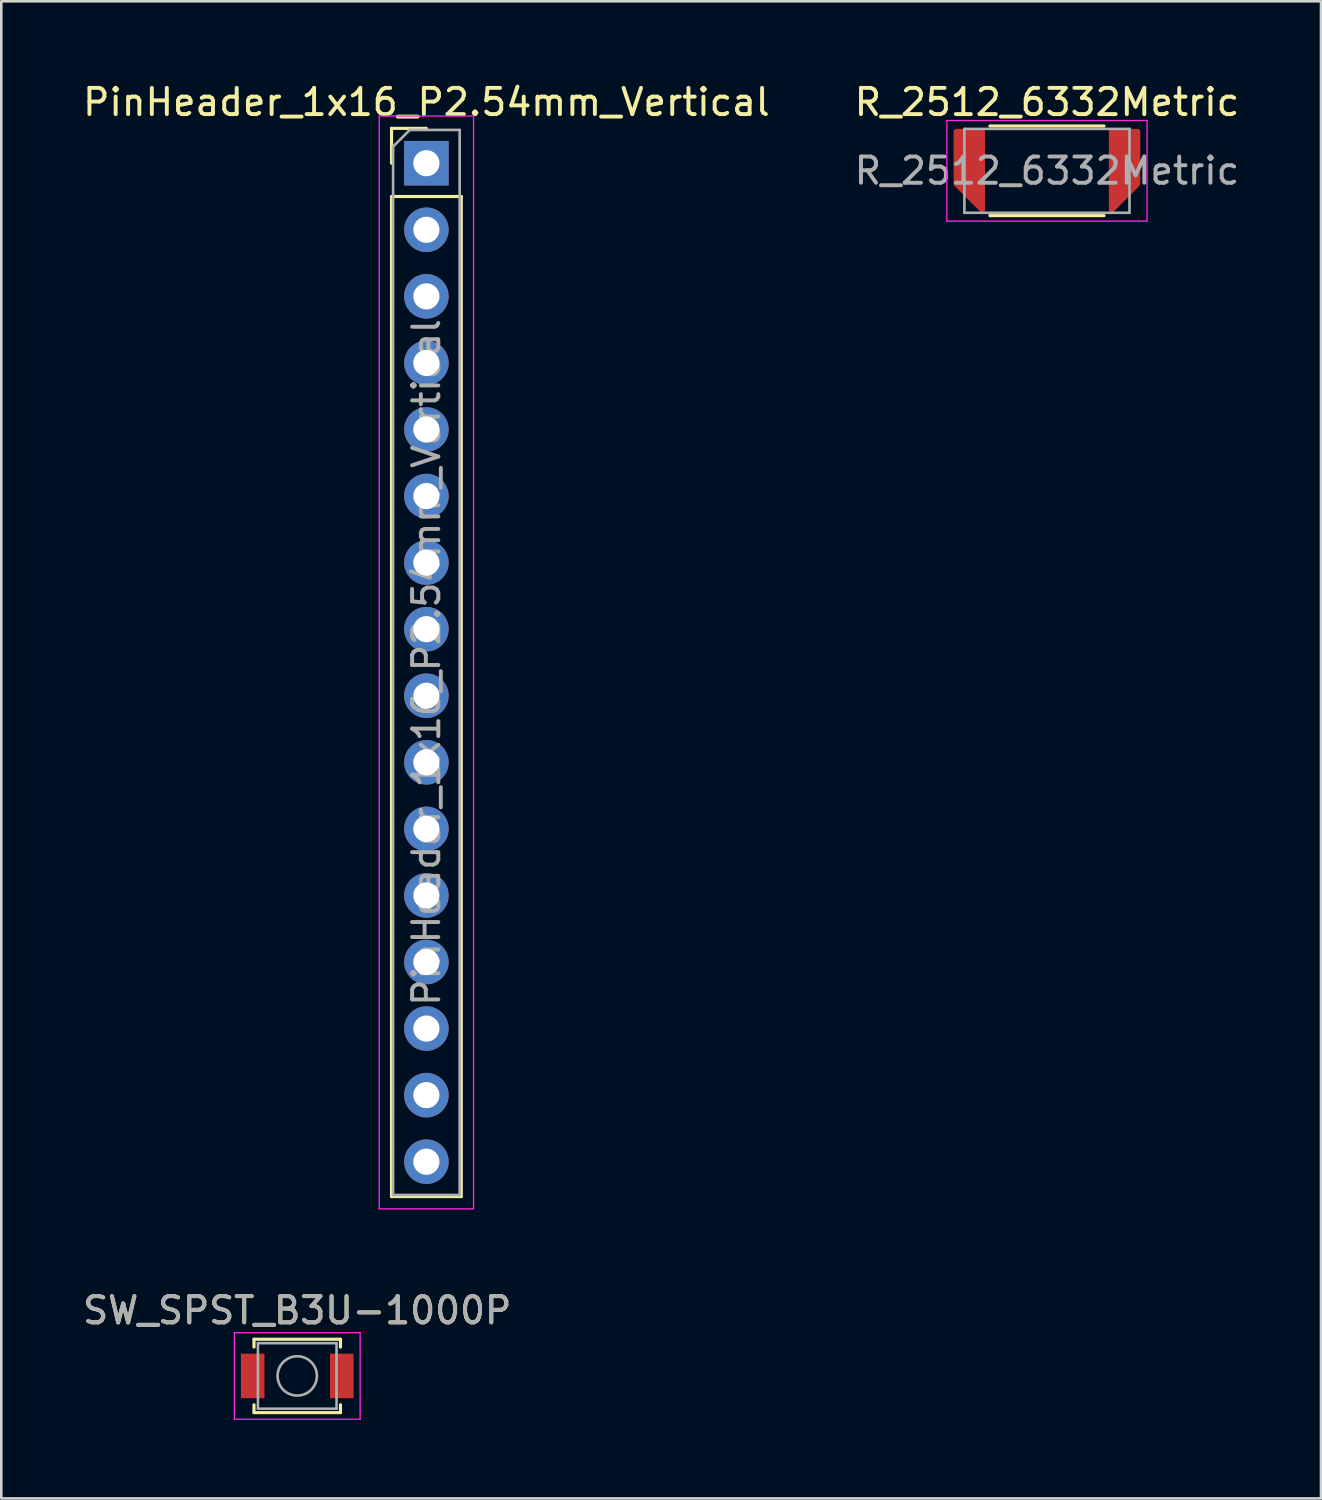
<source format=kicad_pcb>
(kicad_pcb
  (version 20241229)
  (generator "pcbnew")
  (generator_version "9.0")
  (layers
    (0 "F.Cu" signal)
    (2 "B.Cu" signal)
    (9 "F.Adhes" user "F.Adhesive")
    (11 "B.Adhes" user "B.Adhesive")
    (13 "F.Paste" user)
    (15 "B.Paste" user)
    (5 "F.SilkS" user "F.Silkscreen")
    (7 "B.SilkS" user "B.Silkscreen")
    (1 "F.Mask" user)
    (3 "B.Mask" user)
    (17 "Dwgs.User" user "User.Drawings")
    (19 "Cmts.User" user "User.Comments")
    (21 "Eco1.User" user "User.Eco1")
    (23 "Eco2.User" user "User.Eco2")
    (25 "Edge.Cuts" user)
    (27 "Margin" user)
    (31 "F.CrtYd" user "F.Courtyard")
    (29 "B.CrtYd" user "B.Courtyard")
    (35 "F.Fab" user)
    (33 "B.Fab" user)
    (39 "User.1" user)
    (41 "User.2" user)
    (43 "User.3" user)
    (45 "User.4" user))
  (footprint "SW_SPST_B3U-1000P"
    (layer "F.Cu")
    (at 8.292 49.452)
    (property "Reference" "SW_SPST_B3U-1000P" (at 0 -2.5 180) (layer "F.SilkS") (effects (font (size 1 1) (thickness 0.15))))
    (attr smd)
    (fp_line (start -1.65 -1.4) (end 1.65 -1.4) (stroke (width 0.12) (type solid)) (layer "F.SilkS"))
    (fp_line (start -1.65 -1.1) (end -1.65 -1.4) (stroke (width 0.12) (type solid)) (layer "F.SilkS"))
    (fp_line (start -1.65 1.1) (end -1.65 1.4) (stroke (width 0.12) (type solid)) (layer "F.SilkS"))
    (fp_line (start -1.65 1.4) (end 1.65 1.4) (stroke (width 0.12) (type solid)) (layer "F.SilkS"))
    (fp_line (start 1.65 -1.4) (end 1.65 -1.1) (stroke (width 0.12) (type solid)) (layer "F.SilkS"))
    (fp_line (start 1.65 1.4) (end 1.65 1.1) (stroke (width 0.12) (type solid)) (layer "F.SilkS"))
    (fp_line (start -2.4 -1.65) (end -2.4 1.65) (stroke (width 0.05) (type solid)) (layer "F.CrtYd"))
    (fp_line (start -2.4 1.65) (end 2.4 1.65) (stroke (width 0.05) (type solid)) (layer "F.CrtYd"))
    (fp_line (start 2.4 -1.65) (end -2.4 -1.65) (stroke (width 0.05) (type solid)) (layer "F.CrtYd"))
    (fp_line (start 2.4 1.65) (end 2.4 -1.65) (stroke (width 0.05) (type solid)) (layer "F.CrtYd"))
    (fp_line (start -1.5 -1.25) (end 1.5 -1.25) (stroke (width 0.1) (type solid)) (layer "F.Fab"))
    (fp_line (start -1.5 1.25) (end -1.5 -1.25) (stroke (width 0.1) (type solid)) (layer "F.Fab"))
    (fp_line (start 1.5 -1.25) (end 1.5 1.25) (stroke (width 0.1) (type solid)) (layer "F.Fab"))
    (fp_line (start 1.5 1.25) (end -1.5 1.25) (stroke (width 0.1) (type solid)) (layer "F.Fab"))
    (fp_circle (center 0 0) (end 0.75 0) (stroke (width 0.1) (type solid)) (fill no) (layer "F.Fab"))
    (fp_text user "${REFERENCE}" (at 0 -2.5 180) (layer "F.Fab") (effects (font (size 1 1) (thickness 0.15))))
    (pad "1" smd rect (at -1.7 0) (size 0.9 1.7) (layers "F.Cu" "F.Mask" "F.Paste"))
    (pad "2" smd rect (at 1.7 0) (size 0.9 1.7) (layers "F.Cu" "F.Mask" "F.Paste")))
  (footprint "PinHeader_1x16_P2.54mm_Vertical"
    (layer "F.Cu")
    (at 13.22 3.178)
    (property "Reference" "PinHeader_1x16_P2.54mm_Vertical" (at 0 -2.33 0) (layer "F.SilkS") (effects (font (size 1 1) (thickness 0.15))))
    (attr through_hole dnp)
    (fp_line (start -1.33 -1.33) (end -1.33 0) (stroke (width 0.12) (type solid)) (layer "F.SilkS"))
    (fp_line (start -1.33 39.43) (end -1.33 1.27) (stroke (width 0.12) (type solid)) (layer "F.SilkS"))
    (fp_line (start 0 -1.33) (end -1.33 -1.33) (stroke (width 0.12) (type solid)) (layer "F.SilkS"))
    (fp_line (start 1.33 1.27) (end -1.33 1.27) (stroke (width 0.12) (type solid)) (layer "F.SilkS"))
    (fp_line (start 1.33 39.43) (end -1.33 39.43) (stroke (width 0.12) (type solid)) (layer "F.SilkS"))
    (fp_line (start 1.33 39.43) (end 1.33 1.27) (stroke (width 0.12) (type solid)) (layer "F.SilkS"))
    (fp_line (start -1.8 -1.8) (end 1.8 -1.8) (stroke (width 0.05) (type solid)) (layer "F.CrtYd"))
    (fp_line (start -1.8 39.9) (end -1.8 -1.8) (stroke (width 0.05) (type solid)) (layer "F.CrtYd"))
    (fp_line (start 1.8 -1.8) (end 1.8 39.9) (stroke (width 0.05) (type solid)) (layer "F.CrtYd"))
    (fp_line (start 1.8 39.9) (end -1.8 39.9) (stroke (width 0.05) (type solid)) (layer "F.CrtYd"))
    (fp_line (start -1.27 -0.635) (end -1.27 39.37) (stroke (width 0.1) (type solid)) (layer "F.Fab"))
    (fp_line (start -1.27 39.37) (end 1.27 39.37) (stroke (width 0.1) (type solid)) (layer "F.Fab"))
    (fp_line (start -0.635 -1.27) (end -1.27 -0.635) (stroke (width 0.1) (type solid)) (layer "F.Fab"))
    (fp_line (start 1.27 -1.27) (end -0.635 -1.27) (stroke (width 0.1) (type solid)) (layer "F.Fab"))
    (fp_line (start 1.27 39.37) (end 1.27 -1.27) (stroke (width 0.1) (type solid)) (layer "F.Fab"))
    (fp_text user "${REFERENCE}" (at 0 19.05 90) (layer "F.Fab") (effects (font (size 1 1) (thickness 0.15))))
    (pad "1" thru_hole rect (at 0 0 180) (size 1.7 1.7) (drill 1) (layers "*.Cu" "*.Mask"))
    (pad "2" thru_hole oval (at 0 2.54 180) (size 1.7 1.7) (drill 1) (layers "*.Cu" "*.Mask"))
    (pad "3" thru_hole oval (at 0 5.08 180) (size 1.7 1.7) (drill 1) (layers "*.Cu" "*.Mask"))
    (pad "4" thru_hole oval (at 0 7.62 180) (size 1.7 1.7) (drill 1) (layers "*.Cu" "*.Mask"))
    (pad "5" thru_hole oval (at 0 10.16 180) (size 1.7 1.7) (drill 1) (layers "*.Cu" "*.Mask"))
    (pad "6" thru_hole oval (at 0 12.7 180) (size 1.7 1.7) (drill 1) (layers "*.Cu" "*.Mask"))
    (pad "7" thru_hole oval (at 0 15.24 180) (size 1.7 1.7) (drill 1) (layers "*.Cu" "*.Mask"))
    (pad "8" thru_hole oval (at 0 17.78 180) (size 1.7 1.7) (drill 1) (layers "*.Cu" "*.Mask"))
    (pad "9" thru_hole oval (at 0 20.32 180) (size 1.7 1.7) (drill 1) (layers "*.Cu" "*.Mask"))
    (pad "10" thru_hole oval (at 0 22.86 180) (size 1.7 1.7) (drill 1) (layers "*.Cu" "*.Mask"))
    (pad "11" thru_hole oval (at 0 25.4 180) (size 1.7 1.7) (drill 1) (layers "*.Cu" "*.Mask"))
    (pad "12" thru_hole oval (at 0 27.94 180) (size 1.7 1.7) (drill 1) (layers "*.Cu" "*.Mask"))
    (pad "13" thru_hole oval (at 0 30.48 180) (size 1.7 1.7) (drill 1) (layers "*.Cu" "*.Mask"))
    (pad "14" thru_hole oval (at 0 33.02 180) (size 1.7 1.7) (drill 1) (layers "*.Cu" "*.Mask"))
    (pad "15" thru_hole oval (at 0 35.56 180) (size 1.7 1.7) (drill 1) (layers "*.Cu" "*.Mask"))
    (pad "16" thru_hole oval (at 0 38.1 180) (size 1.7 1.7) (drill 1) (layers "*.Cu" "*.Mask")))
  (footprint "R_2512_6332Metric"
    (layer "F.Cu")
    (at 36.899 3.468)
    (property "Reference" "R_2512_6332Metric" (at 0 -2.62 0) (layer "F.SilkS") (effects (font (size 1 1) (thickness 0.15))))
    (attr smd dnp)
    (fp_line (start -2.177 -1.71) (end 2.177 -1.71) (stroke (width 0.12) (type solid)) (layer "F.SilkS"))
    (fp_line (start -2.177 1.71) (end 2.177 1.71) (stroke (width 0.12) (type solid)) (layer "F.SilkS"))
    (fp_line (start -3.82 -1.92) (end 3.82 -1.92) (stroke (width 0.05) (type solid)) (layer "F.CrtYd"))
    (fp_line (start -3.82 1.92) (end -3.82 -1.92) (stroke (width 0.05) (type solid)) (layer "F.CrtYd"))
    (fp_line (start 3.82 -1.92) (end 3.82 1.92) (stroke (width 0.05) (type solid)) (layer "F.CrtYd"))
    (fp_line (start 3.82 1.92) (end -3.82 1.92) (stroke (width 0.05) (type solid)) (layer "F.CrtYd"))
    (fp_line (start -3.15 -1.6) (end 3.15 -1.6) (stroke (width 0.1) (type solid)) (layer "F.Fab"))
    (fp_line (start -3.15 1.6) (end -3.15 -1.6) (stroke (width 0.1) (type solid)) (layer "F.Fab"))
    (fp_line (start 3.15 -1.6) (end 3.15 1.6) (stroke (width 0.1) (type solid)) (layer "F.Fab"))
    (fp_line (start 3.15 1.6) (end -3.15 1.6) (stroke (width 0.1) (type solid)) (layer "F.Fab"))
    (fp_text user "${REFERENCE}" (at 0 0 0) (layer "F.Fab") (effects (font (size 1 1) (thickness 0.15))))
    (pad "1" smd custom (at 2.962 0) (size 1 1) (layers "F.Cu" "F.Mask" "F.Paste") (options (anchor circle)) (primitives (gr_rect (start -0.5 -1.5) (end 0.5 -0.5) (width 0.2) (fill no)) (gr_poly (pts (xy -0.5 1.5) (xy 0.5 0.5) (xy 0.5 -1.5) (xy -0.5 -1.5)) (width 0.2) (fill yes)) (gr_poly (pts (xy -0.5 -1.5) (xy 0.5 -0.5) (xy 0.5 0.5) (xy -0.5 1.5)) (width 0) (fill yes))))
    (pad "2" smd custom (at -2.962 0 180) (size 1 1) (layers "F.Cu" "F.Mask" "F.Paste") (options (anchor circle)) (primitives (gr_poly (pts (xy -0.5 -1.5) (xy 0.5 -0.5) (xy 0.5 0.5) (xy -0.5 1.5)) (width 0) (fill yes)) (gr_poly (pts (xy 0.5 -0.5) (xy -0.5 -1.5) (xy -0.5 1.5) (xy 0.5 1.5)) (width 0.2) (fill yes)) (gr_poly (pts (xy -0.5 -1.5) (xy -0.5 1.5) (xy 0.5 1.5) (xy 0.5 -0.5)) (width 0.2) (fill yes)) (gr_rect (start -0.5 0.5) (end 0.5 1.5) (width 0.2) (fill no)))))
  (gr_rect
    (start -3 -3)
    (end 47.357 54.127)
    (stroke (width 0.1) (type default))
    (fill no)
    (layer "Edge.Cuts")))
</source>
